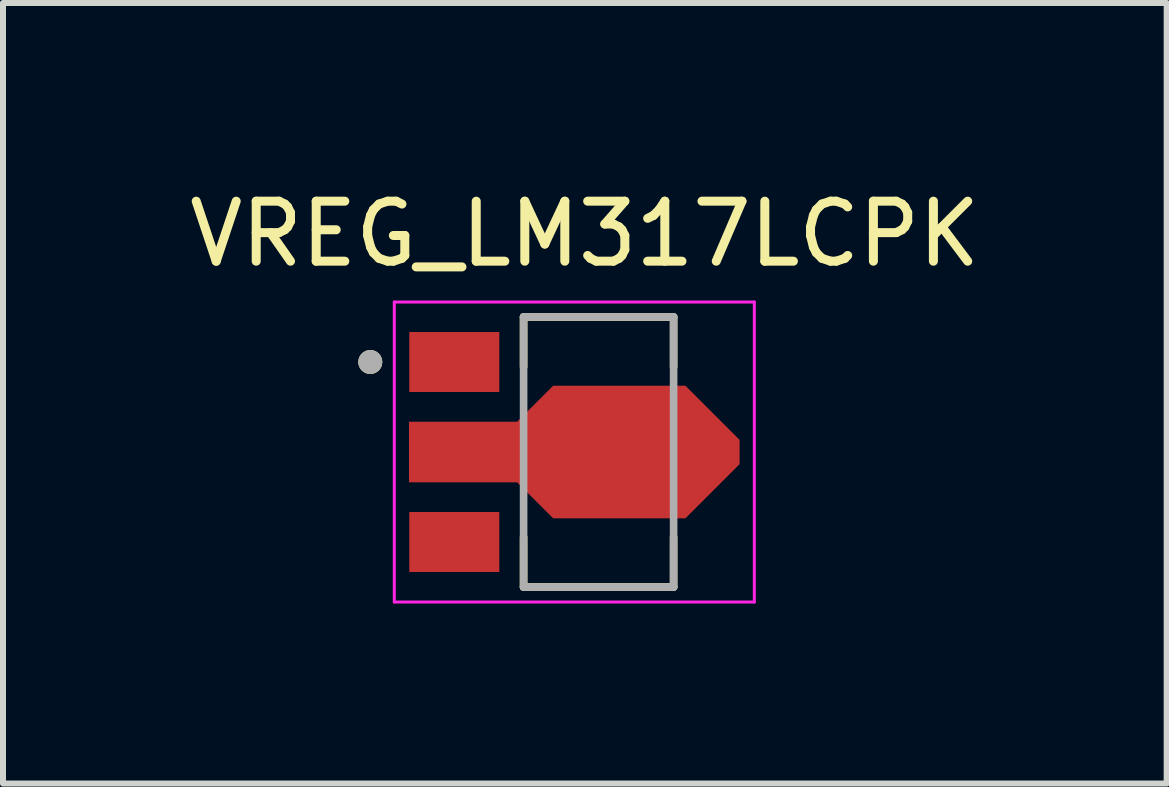
<source format=kicad_pcb>
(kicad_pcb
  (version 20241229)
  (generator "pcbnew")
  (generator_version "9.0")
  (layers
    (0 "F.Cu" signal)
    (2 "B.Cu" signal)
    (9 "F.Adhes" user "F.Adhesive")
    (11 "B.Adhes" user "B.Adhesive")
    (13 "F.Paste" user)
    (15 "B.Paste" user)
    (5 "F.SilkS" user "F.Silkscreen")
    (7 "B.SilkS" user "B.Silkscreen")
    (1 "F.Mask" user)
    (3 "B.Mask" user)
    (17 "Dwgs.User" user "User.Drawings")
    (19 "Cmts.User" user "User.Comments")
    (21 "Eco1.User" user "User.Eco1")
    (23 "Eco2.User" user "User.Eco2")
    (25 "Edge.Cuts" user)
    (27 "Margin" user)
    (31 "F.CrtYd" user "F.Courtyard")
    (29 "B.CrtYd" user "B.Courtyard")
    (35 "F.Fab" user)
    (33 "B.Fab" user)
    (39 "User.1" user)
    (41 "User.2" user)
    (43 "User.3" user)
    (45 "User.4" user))
  (footprint "VREG_LM317LCPK"
    (layer "F.Cu")
    (at 6.521 4.483)
    (property "Reference" "VREG_LM317LCPK" (at 0.175 -3.635 0) (layer "F.SilkS") (effects (font (size 1 1) (thickness 0.15))))
    (attr smd)
    (fp_poly (pts (xy -2.82 -2.07) (xy -1.18 -2.07) (xy -1.18 -0.93) (xy -2.82 -0.93)) (stroke (width 0.01) (type solid)) (fill yes) (layer "F.Mask"))
    (fp_poly (pts (xy -2.82 0.93) (xy -1.18 0.93) (xy -1.18 2.07) (xy -2.82 2.07)) (stroke (width 0.01) (type solid)) (fill yes) (layer "F.Mask"))
    (fp_poly (pts (xy -2.82 -0.57) (xy -2.82 0.57) (xy -0.985 0.57) (xy -0.385 1.17) (xy 1.885 1.17) (xy 2.82 0.235) (xy 2.82 -0.235) (xy 1.885 -1.17) (xy -0.385 -1.17) (xy -0.985 -0.57)) (stroke (width 0.01) (type solid)) (fill yes) (layer "F.Mask"))
    (fp_line (start -0.845 -2.25) (end -0.845 -1.42) (stroke (width 0.127) (type solid)) (layer "F.SilkS"))
    (fp_line (start -0.845 2.25) (end -0.845 1.42) (stroke (width 0.127) (type solid)) (layer "F.SilkS"))
    (fp_line (start 1.655 -2.25) (end -0.845 -2.25) (stroke (width 0.127) (type solid)) (layer "F.SilkS"))
    (fp_line (start 1.655 -2.25) (end 1.655 -1.42) (stroke (width 0.127) (type solid)) (layer "F.SilkS"))
    (fp_line (start 1.655 2.25) (end -0.845 2.25) (stroke (width 0.127) (type solid)) (layer "F.SilkS"))
    (fp_line (start 1.655 2.25) (end 1.655 1.42) (stroke (width 0.127) (type solid)) (layer "F.SilkS"))
    (fp_circle (center -3.4 -1.5) (end -3.3 -1.5) (stroke (width 0.2) (type solid)) (fill no) (layer "F.SilkS"))
    (fp_poly (pts (xy -2.75 -0.5) (xy -2.75 0.5) (xy -0.95 0.5) (xy -0.35 1.1) (xy 1.85 1.1) (xy 2.75 0.2) (xy 2.75 -0.2) (xy 1.85 -1.1) (xy -0.35 -1.1) (xy -0.95 -0.5)) (stroke (width 0.01) (type solid)) (fill yes) (layer "F.Paste"))
    (fp_line (start -3 -2.5) (end -3 2.5) (stroke (width 0.05) (type solid)) (layer "F.CrtYd"))
    (fp_line (start -3 2.5) (end 3 2.5) (stroke (width 0.05) (type solid)) (layer "F.CrtYd"))
    (fp_line (start 3 -2.5) (end -3 -2.5) (stroke (width 0.05) (type solid)) (layer "F.CrtYd"))
    (fp_line (start 3 2.5) (end 3 -2.5) (stroke (width 0.05) (type solid)) (layer "F.CrtYd"))
    (fp_line (start -0.845 -2.25) (end -0.845 2.25) (stroke (width 0.127) (type solid)) (layer "F.Fab"))
    (fp_line (start -0.845 2.25) (end 1.655 2.25) (stroke (width 0.127) (type solid)) (layer "F.Fab"))
    (fp_line (start 1.655 -2.25) (end -0.845 -2.25) (stroke (width 0.127) (type solid)) (layer "F.Fab"))
    (fp_line (start 1.655 2.25) (end 1.655 -2.25) (stroke (width 0.127) (type solid)) (layer "F.Fab"))
    (fp_circle (center -3.4 -1.5) (end -3.3 -1.5) (stroke (width 0.2) (type solid)) (fill no) (layer "F.Fab"))
    (pad "1" smd rect (at -2 -1.5) (size 1.5 1) (layers "F.Cu" "F.Paste"))
    (pad "2" smd custom (at -2 0) (size 1.5 1) (layers "F.Cu") (options (anchor rect)) (primitives (gr_poly (pts (xy -0.75 -0.5) (xy -0.75 0.5) (xy 1.05 0.5) (xy 1.65 1.1) (xy 3.85 1.1) (xy 4.75 0.2) (xy 4.75 -0.2) (xy 3.85 -1.1) (xy 1.65 -1.1) (xy 1.05 -0.5)) (width 0.01) (fill yes))))
    (pad "3" smd rect (at -2 1.5) (size 1.5 1) (layers "F.Cu" "F.Paste")))
  (gr_rect
    (start -3 -3)
    (end 16.393 10.008)
    (stroke (width 0.1) (type default))
    (fill no)
    (layer "Edge.Cuts")))
</source>
